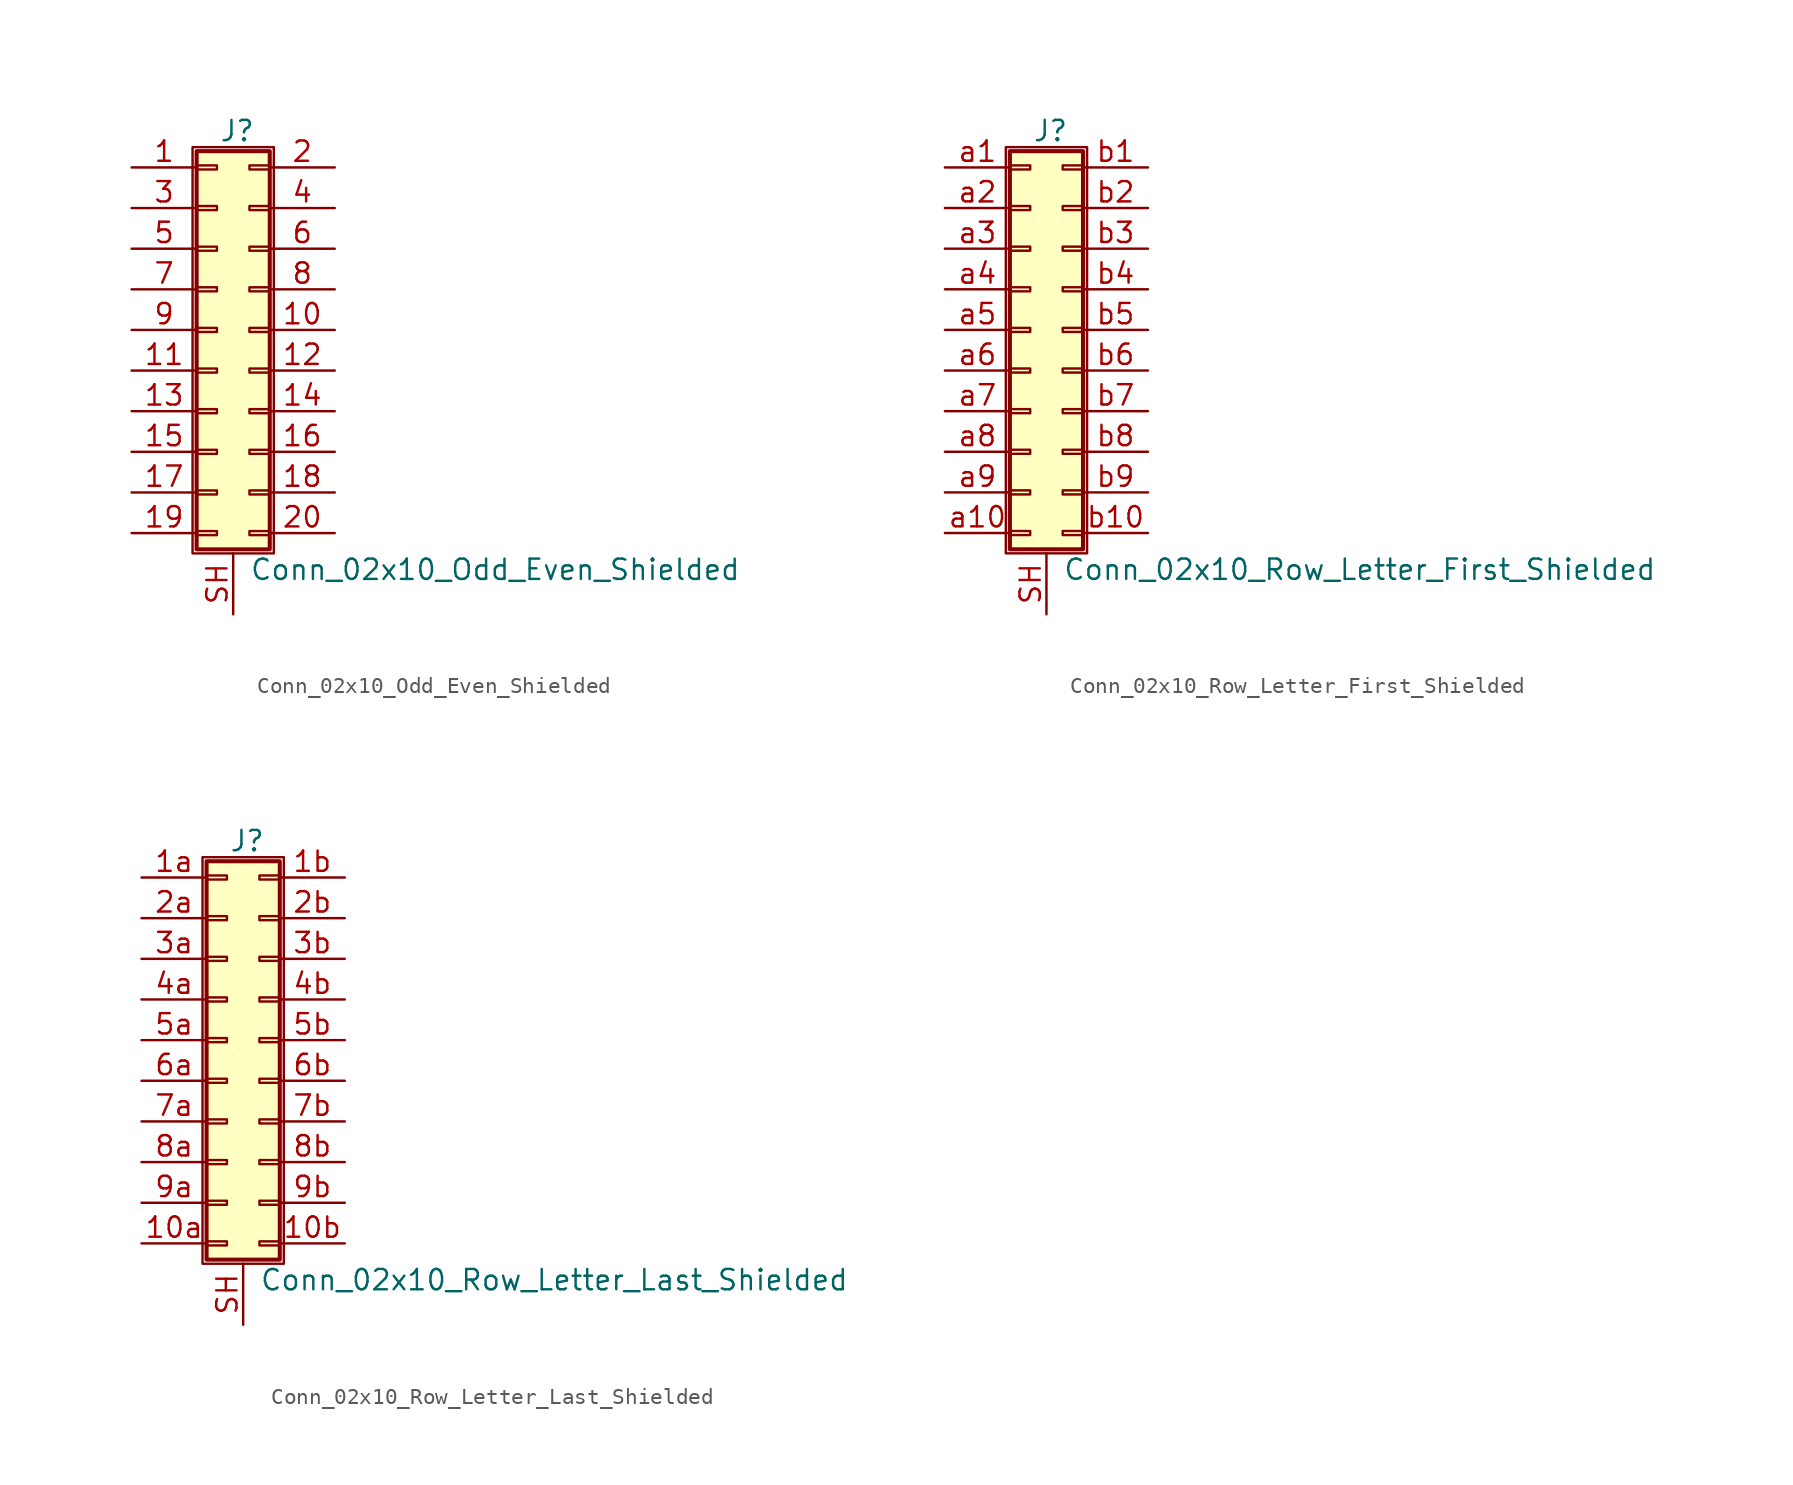
<source format=kicad_sym>
(kicad_symbol_lib
  (version 20201005)
  (generator kicad_symbol_editor)
  (symbol "Conn_02x10_Odd_Even_Shielded"
    (pin_names
      (offset 1.016) hide)
    (property "Reference" "J"
      (at 1.524 12.446 0)
      (effects (font (size 1.27 1.27))))
    (property "Value" "Conn_02x10_Odd_Even_Shielded"
      (at 2.286 -14.986 0)
      (effects (font (size 1.27 1.27)) (justify left)))
    (symbol "Conn_02x10_Odd_Even_Shielded_1_1"
      (rectangle (start -1.27 11.43) (end 3.81 -13.97) (stroke (width 0.152)) (fill (type none)))
      (rectangle (start -1.016 -12.573) (end 0.254 -12.827) (stroke (width 0.152)) (fill (type none)))
      (rectangle (start -1.016 -10.033) (end 0.254 -10.287) (stroke (width 0.152)) (fill (type none)))
      (rectangle (start -1.016 -7.493) (end 0.254 -7.747) (stroke (width 0.152)) (fill (type none)))
      (rectangle (start -1.016 -4.953) (end 0.254 -5.207) (stroke (width 0.152)) (fill (type none)))
      (rectangle (start -1.016 -2.413) (end 0.254 -2.667) (stroke (width 0.152)) (fill (type none)))
      (rectangle (start -1.016 0.127) (end 0.254 -0.127) (stroke (width 0.152)) (fill (type none)))
      (rectangle (start -1.016 2.667) (end 0.254 2.413) (stroke (width 0.152)) (fill (type none)))
      (rectangle (start -1.016 5.207) (end 0.254 4.953) (stroke (width 0.152)) (fill (type none)))
      (rectangle (start -1.016 7.747) (end 0.254 7.493) (stroke (width 0.152)) (fill (type none)))
      (rectangle (start -1.016 10.287) (end 0.254 10.033) (stroke (width 0.152)) (fill (type none)))
      (rectangle (start 3.556 -12.573) (end 2.286 -12.827) (stroke (width 0.152)) (fill (type none)))
      (rectangle (start 3.556 -10.033) (end 2.286 -10.287) (stroke (width 0.152)) (fill (type none)))
      (rectangle (start 3.556 -7.493) (end 2.286 -7.747) (stroke (width 0.152)) (fill (type none)))
      (rectangle (start 3.556 -4.953) (end 2.286 -5.207) (stroke (width 0.152)) (fill (type none)))
      (rectangle (start 3.556 -2.413) (end 2.286 -2.667) (stroke (width 0.152)) (fill (type none)))
      (rectangle (start 3.556 0.127) (end 2.286 -0.127) (stroke (width 0.152)) (fill (type none)))
      (rectangle (start 3.556 2.667) (end 2.286 2.413) (stroke (width 0.152)) (fill (type none)))
      (rectangle (start 3.556 5.207) (end 2.286 4.953) (stroke (width 0.152)) (fill (type none)))
      (rectangle (start 3.556 7.747) (end 2.286 7.493) (stroke (width 0.152)) (fill (type none)))
      (rectangle (start 3.556 10.287) (end 2.286 10.033) (stroke (width 0.152)) (fill (type none)))
      (rectangle (start -1.016 11.176) (end 3.556 -13.716) (stroke (width 0.254)) (fill (type background)))
      (pin passive line (at -5.08 10.16 0) (length 4.064) (name "Pin_1" (effects (font (size 1.27 1.27)))) (number "1" (effects (font (size 1.27 1.27)))))
      (pin passive line (at 7.62 0 180) (length 4.064) (name "Pin_10" (effects (font (size 1.27 1.27)))) (number "10" (effects (font (size 1.27 1.27)))))
      (pin passive line (at -5.08 -2.54 0) (length 4.064) (name "Pin_11" (effects (font (size 1.27 1.27)))) (number "11" (effects (font (size 1.27 1.27)))))
      (pin passive line (at 7.62 -2.54 180) (length 4.064) (name "Pin_12" (effects (font (size 1.27 1.27)))) (number "12" (effects (font (size 1.27 1.27)))))
      (pin passive line (at -5.08 -5.08 0) (length 4.064) (name "Pin_13" (effects (font (size 1.27 1.27)))) (number "13" (effects (font (size 1.27 1.27)))))
      (pin passive line (at 7.62 -5.08 180) (length 4.064) (name "Pin_14" (effects (font (size 1.27 1.27)))) (number "14" (effects (font (size 1.27 1.27)))))
      (pin passive line (at -5.08 -7.62 0) (length 4.064) (name "Pin_15" (effects (font (size 1.27 1.27)))) (number "15" (effects (font (size 1.27 1.27)))))
      (pin passive line (at 7.62 -7.62 180) (length 4.064) (name "Pin_16" (effects (font (size 1.27 1.27)))) (number "16" (effects (font (size 1.27 1.27)))))
      (pin passive line (at -5.08 -10.16 0) (length 4.064) (name "Pin_17" (effects (font (size 1.27 1.27)))) (number "17" (effects (font (size 1.27 1.27)))))
      (pin passive line (at 7.62 -10.16 180) (length 4.064) (name "Pin_18" (effects (font (size 1.27 1.27)))) (number "18" (effects (font (size 1.27 1.27)))))
      (pin passive line (at -5.08 -12.7 0) (length 4.064) (name "Pin_19" (effects (font (size 1.27 1.27)))) (number "19" (effects (font (size 1.27 1.27)))))
      (pin passive line (at 7.62 10.16 180) (length 4.064) (name "Pin_2" (effects (font (size 1.27 1.27)))) (number "2" (effects (font (size 1.27 1.27)))))
      (pin passive line (at 7.62 -12.7 180) (length 4.064) (name "Pin_20" (effects (font (size 1.27 1.27)))) (number "20" (effects (font (size 1.27 1.27)))))
      (pin passive line (at -5.08 7.62 0) (length 4.064) (name "Pin_3" (effects (font (size 1.27 1.27)))) (number "3" (effects (font (size 1.27 1.27)))))
      (pin passive line (at 7.62 7.62 180) (length 4.064) (name "Pin_4" (effects (font (size 1.27 1.27)))) (number "4" (effects (font (size 1.27 1.27)))))
      (pin passive line (at -5.08 5.08 0) (length 4.064) (name "Pin_5" (effects (font (size 1.27 1.27)))) (number "5" (effects (font (size 1.27 1.27)))))
      (pin passive line (at 7.62 5.08 180) (length 4.064) (name "Pin_6" (effects (font (size 1.27 1.27)))) (number "6" (effects (font (size 1.27 1.27)))))
      (pin passive line (at -5.08 2.54 0) (length 4.064) (name "Pin_7" (effects (font (size 1.27 1.27)))) (number "7" (effects (font (size 1.27 1.27)))))
      (pin passive line (at 7.62 2.54 180) (length 4.064) (name "Pin_8" (effects (font (size 1.27 1.27)))) (number "8" (effects (font (size 1.27 1.27)))))
      (pin passive line (at -5.08 0 0) (length 4.064) (name "Pin_9" (effects (font (size 1.27 1.27)))) (number "9" (effects (font (size 1.27 1.27)))))
      (pin passive line (at 1.27 -17.78 90) (length 3.81) (name "Shield" (effects (font (size 1.27 1.27)))) (number "SH" (effects (font (size 1.27 1.27)))))))
  (symbol "Conn_02x10_Row_Letter_First_Shielded"
    (pin_names
      (offset 1.016) hide)
    (property "Reference" "J"
      (at 1.524 12.446 0)
      (effects (font (size 1.27 1.27))))
    (property "Value" "Conn_02x10_Row_Letter_First_Shielded"
      (at 2.286 -14.986 0)
      (effects (font (size 1.27 1.27)) (justify left)))
    (symbol "Conn_02x10_Row_Letter_First_Shielded_1_1"
      (rectangle (start -1.27 11.43) (end 3.81 -13.97) (stroke (width 0.152)) (fill (type none)))
      (rectangle (start -1.016 -12.573) (end 0.254 -12.827) (stroke (width 0.152)) (fill (type none)))
      (rectangle (start -1.016 -10.033) (end 0.254 -10.287) (stroke (width 0.152)) (fill (type none)))
      (rectangle (start -1.016 -7.493) (end 0.254 -7.747) (stroke (width 0.152)) (fill (type none)))
      (rectangle (start -1.016 -4.953) (end 0.254 -5.207) (stroke (width 0.152)) (fill (type none)))
      (rectangle (start -1.016 -2.413) (end 0.254 -2.667) (stroke (width 0.152)) (fill (type none)))
      (rectangle (start -1.016 0.127) (end 0.254 -0.127) (stroke (width 0.152)) (fill (type none)))
      (rectangle (start -1.016 2.667) (end 0.254 2.413) (stroke (width 0.152)) (fill (type none)))
      (rectangle (start -1.016 5.207) (end 0.254 4.953) (stroke (width 0.152)) (fill (type none)))
      (rectangle (start -1.016 7.747) (end 0.254 7.493) (stroke (width 0.152)) (fill (type none)))
      (rectangle (start -1.016 10.287) (end 0.254 10.033) (stroke (width 0.152)) (fill (type none)))
      (rectangle (start 3.556 -12.573) (end 2.286 -12.827) (stroke (width 0.152)) (fill (type none)))
      (rectangle (start 3.556 -10.033) (end 2.286 -10.287) (stroke (width 0.152)) (fill (type none)))
      (rectangle (start 3.556 -7.493) (end 2.286 -7.747) (stroke (width 0.152)) (fill (type none)))
      (rectangle (start 3.556 -4.953) (end 2.286 -5.207) (stroke (width 0.152)) (fill (type none)))
      (rectangle (start 3.556 -2.413) (end 2.286 -2.667) (stroke (width 0.152)) (fill (type none)))
      (rectangle (start 3.556 0.127) (end 2.286 -0.127) (stroke (width 0.152)) (fill (type none)))
      (rectangle (start 3.556 2.667) (end 2.286 2.413) (stroke (width 0.152)) (fill (type none)))
      (rectangle (start 3.556 5.207) (end 2.286 4.953) (stroke (width 0.152)) (fill (type none)))
      (rectangle (start 3.556 7.747) (end 2.286 7.493) (stroke (width 0.152)) (fill (type none)))
      (rectangle (start 3.556 10.287) (end 2.286 10.033) (stroke (width 0.152)) (fill (type none)))
      (rectangle (start -1.016 11.176) (end 3.556 -13.716) (stroke (width 0.254)) (fill (type background)))
      (pin passive line (at 1.27 -17.78 90) (length 3.81) (name "Shield" (effects (font (size 1.27 1.27)))) (number "SH" (effects (font (size 1.27 1.27)))))
      (pin passive line (at -5.08 10.16 0) (length 4.064) (name "Pin_a1" (effects (font (size 1.27 1.27)))) (number "a1" (effects (font (size 1.27 1.27)))))
      (pin passive line (at -5.08 -12.7 0) (length 4.064) (name "Pin_a10" (effects (font (size 1.27 1.27)))) (number "a10" (effects (font (size 1.27 1.27)))))
      (pin passive line (at -5.08 7.62 0) (length 4.064) (name "Pin_a2" (effects (font (size 1.27 1.27)))) (number "a2" (effects (font (size 1.27 1.27)))))
      (pin passive line (at -5.08 5.08 0) (length 4.064) (name "Pin_a3" (effects (font (size 1.27 1.27)))) (number "a3" (effects (font (size 1.27 1.27)))))
      (pin passive line (at -5.08 2.54 0) (length 4.064) (name "Pin_a4" (effects (font (size 1.27 1.27)))) (number "a4" (effects (font (size 1.27 1.27)))))
      (pin passive line (at -5.08 0 0) (length 4.064) (name "Pin_a5" (effects (font (size 1.27 1.27)))) (number "a5" (effects (font (size 1.27 1.27)))))
      (pin passive line (at -5.08 -2.54 0) (length 4.064) (name "Pin_a6" (effects (font (size 1.27 1.27)))) (number "a6" (effects (font (size 1.27 1.27)))))
      (pin passive line (at -5.08 -5.08 0) (length 4.064) (name "Pin_a7" (effects (font (size 1.27 1.27)))) (number "a7" (effects (font (size 1.27 1.27)))))
      (pin passive line (at -5.08 -7.62 0) (length 4.064) (name "Pin_a8" (effects (font (size 1.27 1.27)))) (number "a8" (effects (font (size 1.27 1.27)))))
      (pin passive line (at -5.08 -10.16 0) (length 4.064) (name "Pin_a9" (effects (font (size 1.27 1.27)))) (number "a9" (effects (font (size 1.27 1.27)))))
      (pin passive line (at 7.62 10.16 180) (length 4.064) (name "Pin_b1" (effects (font (size 1.27 1.27)))) (number "b1" (effects (font (size 1.27 1.27)))))
      (pin passive line (at 7.62 -12.7 180) (length 4.064) (name "Pin_b10" (effects (font (size 1.27 1.27)))) (number "b10" (effects (font (size 1.27 1.27)))))
      (pin passive line (at 7.62 7.62 180) (length 4.064) (name "Pin_b2" (effects (font (size 1.27 1.27)))) (number "b2" (effects (font (size 1.27 1.27)))))
      (pin passive line (at 7.62 5.08 180) (length 4.064) (name "Pin_b3" (effects (font (size 1.27 1.27)))) (number "b3" (effects (font (size 1.27 1.27)))))
      (pin passive line (at 7.62 2.54 180) (length 4.064) (name "Pin_b4" (effects (font (size 1.27 1.27)))) (number "b4" (effects (font (size 1.27 1.27)))))
      (pin passive line (at 7.62 0 180) (length 4.064) (name "Pin_b5" (effects (font (size 1.27 1.27)))) (number "b5" (effects (font (size 1.27 1.27)))))
      (pin passive line (at 7.62 -2.54 180) (length 4.064) (name "Pin_b6" (effects (font (size 1.27 1.27)))) (number "b6" (effects (font (size 1.27 1.27)))))
      (pin passive line (at 7.62 -5.08 180) (length 4.064) (name "Pin_b7" (effects (font (size 1.27 1.27)))) (number "b7" (effects (font (size 1.27 1.27)))))
      (pin passive line (at 7.62 -7.62 180) (length 4.064) (name "Pin_b8" (effects (font (size 1.27 1.27)))) (number "b8" (effects (font (size 1.27 1.27)))))
      (pin passive line (at 7.62 -10.16 180) (length 4.064) (name "Pin_b9" (effects (font (size 1.27 1.27)))) (number "b9" (effects (font (size 1.27 1.27)))))))
  (symbol "Conn_02x10_Row_Letter_Last_Shielded"
    (pin_names
      (offset 1.016) hide)
    (property "Reference" "J"
      (at 1.524 12.446 0)
      (effects (font (size 1.27 1.27))))
    (property "Value" "Conn_02x10_Row_Letter_Last_Shielded"
      (at 2.286 -14.986 0)
      (effects (font (size 1.27 1.27)) (justify left)))
    (symbol "Conn_02x10_Row_Letter_Last_Shielded_1_1"
      (rectangle (start -1.27 11.43) (end 3.81 -13.97) (stroke (width 0.152)) (fill (type none)))
      (rectangle (start -1.016 -12.573) (end 0.254 -12.827) (stroke (width 0.152)) (fill (type none)))
      (rectangle (start -1.016 -10.033) (end 0.254 -10.287) (stroke (width 0.152)) (fill (type none)))
      (rectangle (start -1.016 -7.493) (end 0.254 -7.747) (stroke (width 0.152)) (fill (type none)))
      (rectangle (start -1.016 -4.953) (end 0.254 -5.207) (stroke (width 0.152)) (fill (type none)))
      (rectangle (start -1.016 -2.413) (end 0.254 -2.667) (stroke (width 0.152)) (fill (type none)))
      (rectangle (start -1.016 0.127) (end 0.254 -0.127) (stroke (width 0.152)) (fill (type none)))
      (rectangle (start -1.016 2.667) (end 0.254 2.413) (stroke (width 0.152)) (fill (type none)))
      (rectangle (start -1.016 5.207) (end 0.254 4.953) (stroke (width 0.152)) (fill (type none)))
      (rectangle (start -1.016 7.747) (end 0.254 7.493) (stroke (width 0.152)) (fill (type none)))
      (rectangle (start -1.016 10.287) (end 0.254 10.033) (stroke (width 0.152)) (fill (type none)))
      (rectangle (start 3.556 -12.573) (end 2.286 -12.827) (stroke (width 0.152)) (fill (type none)))
      (rectangle (start 3.556 -10.033) (end 2.286 -10.287) (stroke (width 0.152)) (fill (type none)))
      (rectangle (start 3.556 -7.493) (end 2.286 -7.747) (stroke (width 0.152)) (fill (type none)))
      (rectangle (start 3.556 -4.953) (end 2.286 -5.207) (stroke (width 0.152)) (fill (type none)))
      (rectangle (start 3.556 -2.413) (end 2.286 -2.667) (stroke (width 0.152)) (fill (type none)))
      (rectangle (start 3.556 0.127) (end 2.286 -0.127) (stroke (width 0.152)) (fill (type none)))
      (rectangle (start 3.556 2.667) (end 2.286 2.413) (stroke (width 0.152)) (fill (type none)))
      (rectangle (start 3.556 5.207) (end 2.286 4.953) (stroke (width 0.152)) (fill (type none)))
      (rectangle (start 3.556 7.747) (end 2.286 7.493) (stroke (width 0.152)) (fill (type none)))
      (rectangle (start 3.556 10.287) (end 2.286 10.033) (stroke (width 0.152)) (fill (type none)))
      (rectangle (start -1.016 11.176) (end 3.556 -13.716) (stroke (width 0.254)) (fill (type background)))
      (pin passive line (at -5.08 -12.7 0) (length 4.064) (name "Pin_10a" (effects (font (size 1.27 1.27)))) (number "10a" (effects (font (size 1.27 1.27)))))
      (pin passive line (at 7.62 -12.7 180) (length 4.064) (name "Pin_10b" (effects (font (size 1.27 1.27)))) (number "10b" (effects (font (size 1.27 1.27)))))
      (pin passive line (at -5.08 10.16 0) (length 4.064) (name "Pin_1a" (effects (font (size 1.27 1.27)))) (number "1a" (effects (font (size 1.27 1.27)))))
      (pin passive line (at 7.62 10.16 180) (length 4.064) (name "Pin_1b" (effects (font (size 1.27 1.27)))) (number "1b" (effects (font (size 1.27 1.27)))))
      (pin passive line (at -5.08 7.62 0) (length 4.064) (name "Pin_2a" (effects (font (size 1.27 1.27)))) (number "2a" (effects (font (size 1.27 1.27)))))
      (pin passive line (at 7.62 7.62 180) (length 4.064) (name "Pin_2b" (effects (font (size 1.27 1.27)))) (number "2b" (effects (font (size 1.27 1.27)))))
      (pin passive line (at -5.08 5.08 0) (length 4.064) (name "Pin_3a" (effects (font (size 1.27 1.27)))) (number "3a" (effects (font (size 1.27 1.27)))))
      (pin passive line (at 7.62 5.08 180) (length 4.064) (name "Pin_3b" (effects (font (size 1.27 1.27)))) (number "3b" (effects (font (size 1.27 1.27)))))
      (pin passive line (at -5.08 2.54 0) (length 4.064) (name "Pin_4a" (effects (font (size 1.27 1.27)))) (number "4a" (effects (font (size 1.27 1.27)))))
      (pin passive line (at 7.62 2.54 180) (length 4.064) (name "Pin_4b" (effects (font (size 1.27 1.27)))) (number "4b" (effects (font (size 1.27 1.27)))))
      (pin passive line (at -5.08 0 0) (length 4.064) (name "Pin_5a" (effects (font (size 1.27 1.27)))) (number "5a" (effects (font (size 1.27 1.27)))))
      (pin passive line (at 7.62 0 180) (length 4.064) (name "Pin_5b" (effects (font (size 1.27 1.27)))) (number "5b" (effects (font (size 1.27 1.27)))))
      (pin passive line (at -5.08 -2.54 0) (length 4.064) (name "Pin_6a" (effects (font (size 1.27 1.27)))) (number "6a" (effects (font (size 1.27 1.27)))))
      (pin passive line (at 7.62 -2.54 180) (length 4.064) (name "Pin_6b" (effects (font (size 1.27 1.27)))) (number "6b" (effects (font (size 1.27 1.27)))))
      (pin passive line (at -5.08 -5.08 0) (length 4.064) (name "Pin_7a" (effects (font (size 1.27 1.27)))) (number "7a" (effects (font (size 1.27 1.27)))))
      (pin passive line (at 7.62 -5.08 180) (length 4.064) (name "Pin_7b" (effects (font (size 1.27 1.27)))) (number "7b" (effects (font (size 1.27 1.27)))))
      (pin passive line (at -5.08 -7.62 0) (length 4.064) (name "Pin_8a" (effects (font (size 1.27 1.27)))) (number "8a" (effects (font (size 1.27 1.27)))))
      (pin passive line (at 7.62 -7.62 180) (length 4.064) (name "Pin_8b" (effects (font (size 1.27 1.27)))) (number "8b" (effects (font (size 1.27 1.27)))))
      (pin passive line (at -5.08 -10.16 0) (length 4.064) (name "Pin_9a" (effects (font (size 1.27 1.27)))) (number "9a" (effects (font (size 1.27 1.27)))))
      (pin passive line (at 7.62 -10.16 180) (length 4.064) (name "Pin_9b" (effects (font (size 1.27 1.27)))) (number "9b" (effects (font (size 1.27 1.27)))))
      (pin passive line (at 1.27 -17.78 90) (length 3.81) (name "Shield" (effects (font (size 1.27 1.27)))) (number "SH" (effects (font (size 1.27 1.27))))))))
</source>
